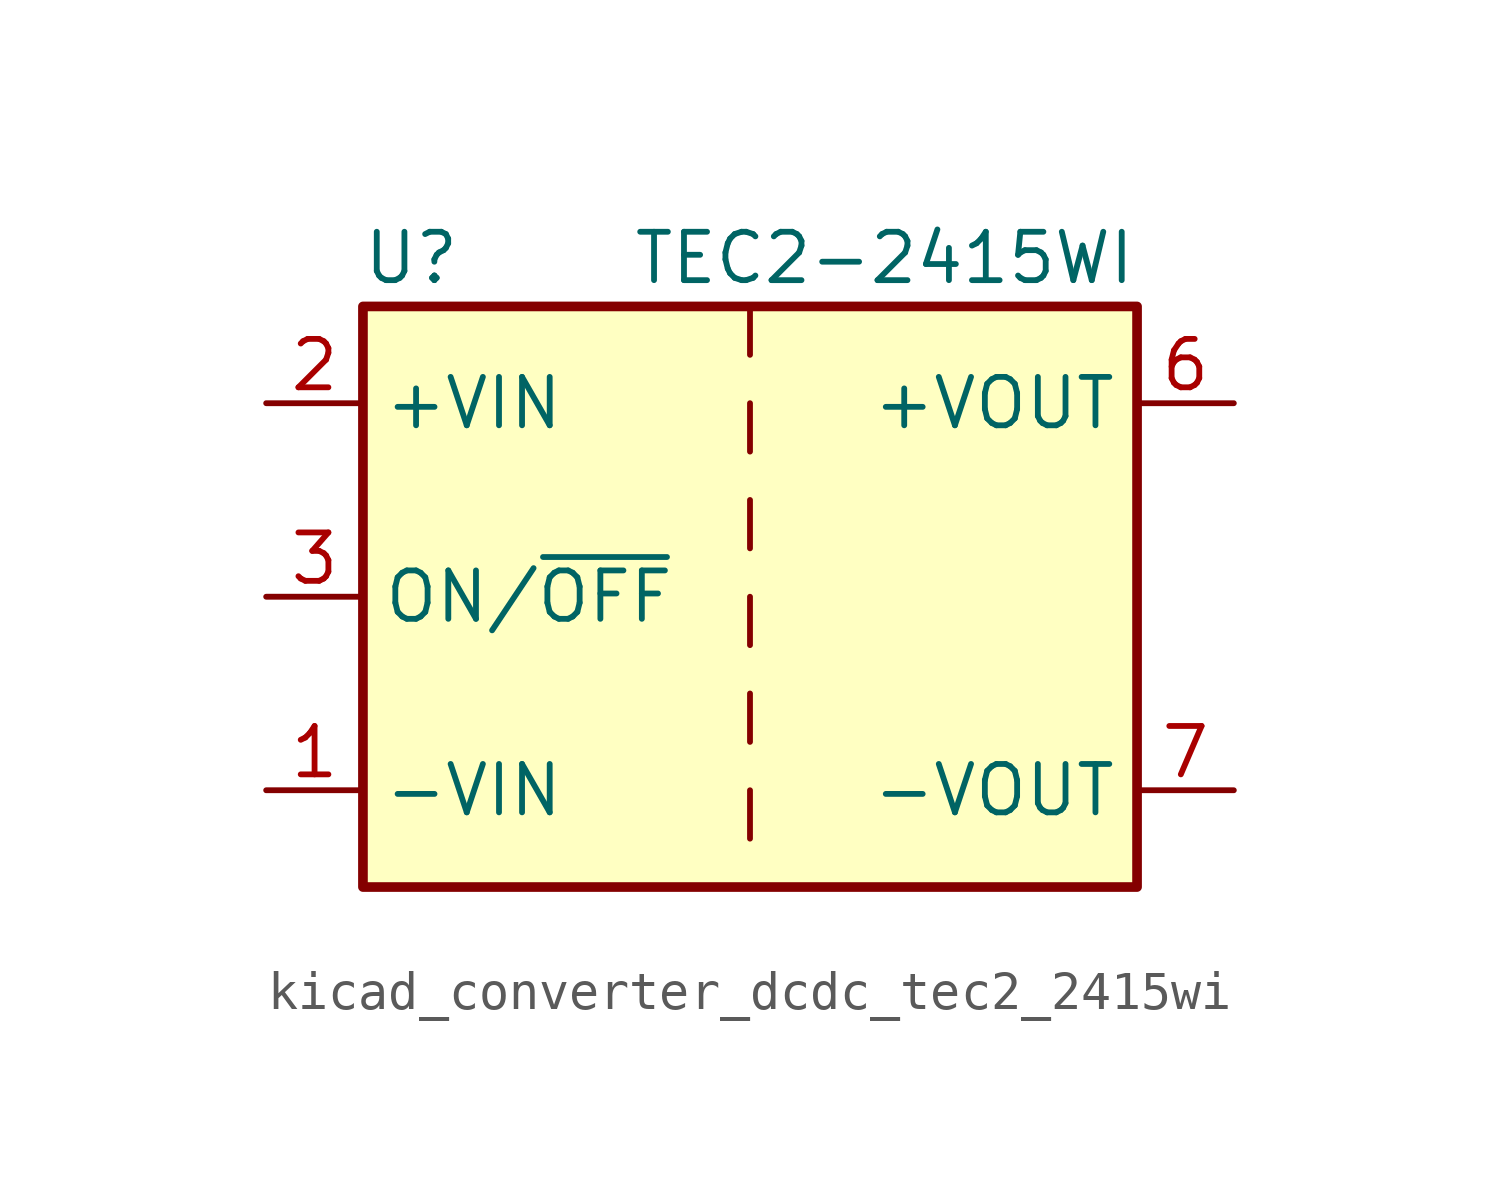
<source format=kicad_sym>
(kicad_symbol_lib
  (version 20220914)
  (generator kicad_symbol_editor)
  (symbol "kicad_converter_dcdc_tec2_2415wi"
    (property "Reference" "U"
      (at -8.89 8.89 0)
      (effects (font (size 1.27 1.27))))
    (property "Value" "TEC2-2415WI"
      (at 10.16 8.89 0)
      (effects (font (size 1.27 1.27)) (justify right)))
    (symbol "kicad_converter_dcdc_tec2_2415wi_0_1"
      (rectangle (start -10.16 7.62) (end 10.16 -7.62) (stroke (width 0.254) (type default)) (fill (type background)))
      (polyline (pts (xy 0 -5.08) (xy 0 -6.35)) (stroke (width 0) (type default)) (fill (type none)))
      (polyline (pts (xy 0 -2.54) (xy 0 -3.81)) (stroke (width 0) (type default)) (fill (type none)))
      (polyline (pts (xy 0 0) (xy 0 -1.27)) (stroke (width 0) (type default)) (fill (type none)))
      (polyline (pts (xy 0 2.54) (xy 0 1.27)) (stroke (width 0) (type default)) (fill (type none)))
      (polyline (pts (xy 0 5.08) (xy 0 3.81)) (stroke (width 0) (type default)) (fill (type none)))
      (polyline (pts (xy 0 7.62) (xy 0 6.35)) (stroke (width 0) (type default)) (fill (type none))))
    (symbol "kicad_converter_dcdc_tec2_2415wi_1_1"
      (pin power_in line (at -12.7 -5.08 0) (length 2.54) (name "-VIN" (effects (font (size 1.27 1.27)))) (number "1" (effects (font (size 1.27 1.27)))))
      (pin power_in line (at -12.7 5.08 0) (length 2.54) (name "+VIN" (effects (font (size 1.27 1.27)))) (number "2" (effects (font (size 1.27 1.27)))))
      (pin input line (at -12.7 0 0) (length 2.54) (name "ON/~{OFF}" (effects (font (size 1.27 1.27)))) (number "3" (effects (font (size 1.27 1.27)))))
      (pin no_connect line (at 10.16 2.54 180) (length 2.54) hide (name "NC" (effects (font (size 1.27 1.27)))) (number "5" (effects (font (size 1.27 1.27)))))
      (pin power_out line (at 12.7 5.08 180) (length 2.54) (name "+VOUT" (effects (font (size 1.27 1.27)))) (number "6" (effects (font (size 1.27 1.27)))))
      (pin power_out line (at 12.7 -5.08 180) (length 2.54) (name "-VOUT" (effects (font (size 1.27 1.27)))) (number "7" (effects (font (size 1.27 1.27)))))
      (pin no_connect line (at 10.16 0 180) (length 2.54) hide (name "NC" (effects (font (size 1.27 1.27)))) (number "8" (effects (font (size 1.27 1.27))))))))
</source>
